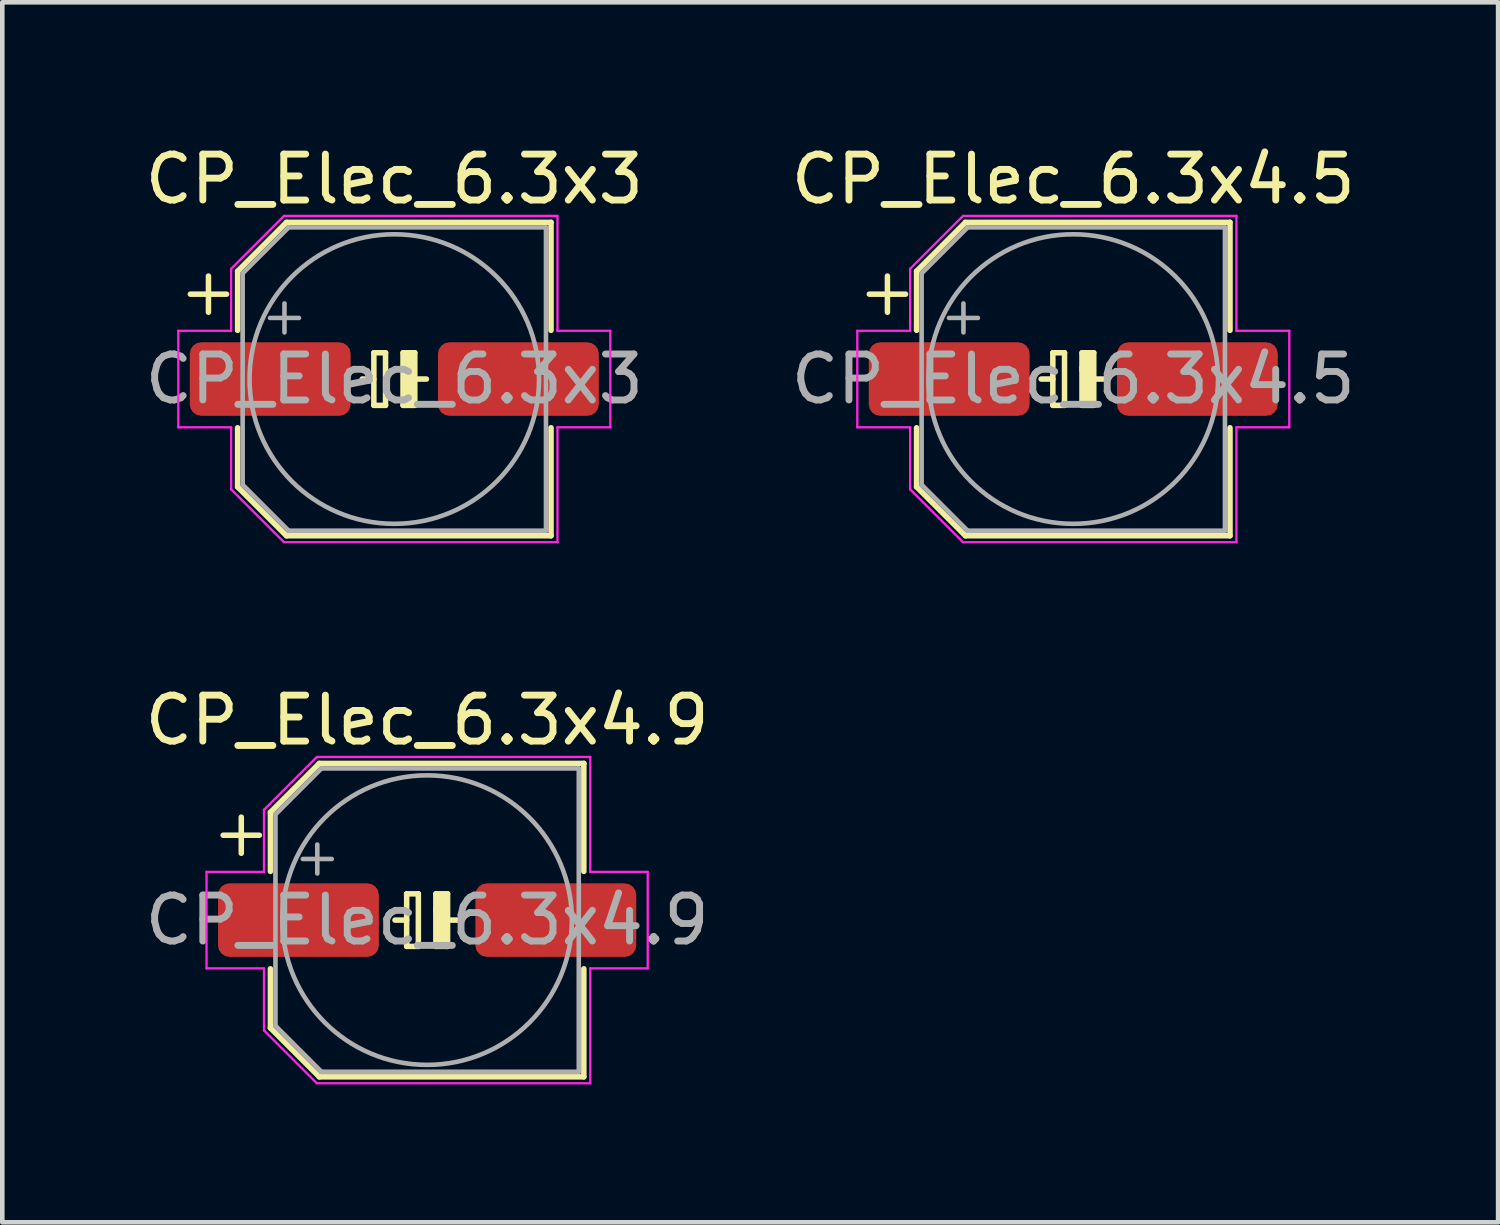
<source format=kicad_pcb>
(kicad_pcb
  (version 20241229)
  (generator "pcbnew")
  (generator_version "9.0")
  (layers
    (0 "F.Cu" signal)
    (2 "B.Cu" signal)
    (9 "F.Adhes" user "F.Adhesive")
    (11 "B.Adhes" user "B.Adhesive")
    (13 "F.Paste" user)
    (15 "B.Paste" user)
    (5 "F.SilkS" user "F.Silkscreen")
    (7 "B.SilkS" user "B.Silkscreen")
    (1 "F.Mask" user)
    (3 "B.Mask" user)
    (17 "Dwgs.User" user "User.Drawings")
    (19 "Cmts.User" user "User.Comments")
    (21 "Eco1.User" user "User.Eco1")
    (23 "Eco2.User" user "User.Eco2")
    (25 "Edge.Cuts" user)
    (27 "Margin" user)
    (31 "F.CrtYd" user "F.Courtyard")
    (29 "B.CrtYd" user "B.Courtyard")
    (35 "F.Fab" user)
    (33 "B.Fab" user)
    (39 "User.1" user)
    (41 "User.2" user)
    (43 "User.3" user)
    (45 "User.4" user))
  (footprint "CP_Elec_6.3x4.9"
    (layer "F.Cu")
    (at 6.244 16.971)
    (property "Reference" "CP_Elec_6.3x4.9" (at 0 -4.35 0) (layer "F.SilkS") (effects (font (size 1 1) (thickness 0.15))))
    (attr smd)
    (fp_line (start -4.438 -1.847) (end -3.65 -1.847) (stroke (width 0.12) (type solid)) (layer "F.SilkS"))
    (fp_line (start -4.044 -2.241) (end -4.044 -1.454) (stroke (width 0.12) (type solid)) (layer "F.SilkS"))
    (fp_line (start -3.41 -2.346) (end -3.41 -1.06) (stroke (width 0.12) (type solid)) (layer "F.SilkS"))
    (fp_line (start -3.41 -2.346) (end -2.346 -3.41) (stroke (width 0.12) (type solid)) (layer "F.SilkS"))
    (fp_line (start -3.41 2.346) (end -3.41 1.06) (stroke (width 0.12) (type solid)) (layer "F.SilkS"))
    (fp_line (start -3.41 2.346) (end -2.346 3.41) (stroke (width 0.12) (type solid)) (layer "F.SilkS"))
    (fp_line (start -2.346 -3.41) (end 3.41 -3.41) (stroke (width 0.12) (type solid)) (layer "F.SilkS"))
    (fp_line (start -2.346 3.41) (end 3.41 3.41) (stroke (width 0.12) (type solid)) (layer "F.SilkS"))
    (fp_line (start -0.445 -0.572) (end -0.191 -0.572) (stroke (width 0.12) (type solid)) (layer "F.SilkS"))
    (fp_line (start -0.445 0) (end -0.699 0) (stroke (width 0.12) (type solid)) (layer "F.SilkS"))
    (fp_line (start -0.445 0.572) (end -0.445 -0.572) (stroke (width 0.12) (type solid)) (layer "F.SilkS"))
    (fp_line (start -0.191 -0.572) (end -0.191 0.572) (stroke (width 0.12) (type solid)) (layer "F.SilkS"))
    (fp_line (start -0.191 0.572) (end -0.445 0.572) (stroke (width 0.12) (type solid)) (layer "F.SilkS"))
    (fp_line (start 0.191 -0.572) (end 0.191 -0.191) (stroke (width 0.12) (type solid)) (layer "F.SilkS"))
    (fp_line (start 0.191 -0.572) (end 0.445 -0.572) (stroke (width 0.12) (type solid)) (layer "F.SilkS"))
    (fp_line (start 0.191 -0.254) (end 0.191 0.572) (stroke (width 0.12) (type solid)) (layer "F.SilkS"))
    (fp_line (start 0.445 0) (end 0.699 0) (stroke (width 0.12) (type solid)) (layer "F.SilkS"))
    (fp_line (start 0.445 0.572) (end 0.191 0.572) (stroke (width 0.12) (type solid)) (layer "F.SilkS"))
    (fp_line (start 0.445 0.572) (end 0.445 -0.572) (stroke (width 0.12) (type solid)) (layer "F.SilkS"))
    (fp_line (start 3.41 -3.41) (end 3.41 -1.06) (stroke (width 0.12) (type solid)) (layer "F.SilkS"))
    (fp_line (start 3.41 3.41) (end 3.41 1.06) (stroke (width 0.12) (type solid)) (layer "F.SilkS"))
    (fp_poly (pts (xy 0.445 0.572) (xy 0.191 0.572) (xy 0.191 -0.572) (xy 0.445 -0.572)) (stroke (width 0.1) (type solid)) (fill yes) (layer "F.SilkS"))
    (fp_line (start -4.8 -1.05) (end -4.8 1.05) (stroke (width 0.05) (type solid)) (layer "F.CrtYd"))
    (fp_line (start -4.8 1.05) (end -3.55 1.05) (stroke (width 0.05) (type solid)) (layer "F.CrtYd"))
    (fp_line (start -3.55 -2.4) (end -3.55 -1.05) (stroke (width 0.05) (type solid)) (layer "F.CrtYd"))
    (fp_line (start -3.55 -2.4) (end -2.4 -3.55) (stroke (width 0.05) (type solid)) (layer "F.CrtYd"))
    (fp_line (start -3.55 -1.05) (end -4.8 -1.05) (stroke (width 0.05) (type solid)) (layer "F.CrtYd"))
    (fp_line (start -3.55 1.05) (end -3.55 2.4) (stroke (width 0.05) (type solid)) (layer "F.CrtYd"))
    (fp_line (start -3.55 2.4) (end -2.4 3.55) (stroke (width 0.05) (type solid)) (layer "F.CrtYd"))
    (fp_line (start -2.4 -3.55) (end 3.55 -3.55) (stroke (width 0.05) (type solid)) (layer "F.CrtYd"))
    (fp_line (start -2.4 3.55) (end 3.55 3.55) (stroke (width 0.05) (type solid)) (layer "F.CrtYd"))
    (fp_line (start 3.55 -3.55) (end 3.55 -1.05) (stroke (width 0.05) (type solid)) (layer "F.CrtYd"))
    (fp_line (start 3.55 -1.05) (end 4.8 -1.05) (stroke (width 0.05) (type solid)) (layer "F.CrtYd"))
    (fp_line (start 3.55 1.05) (end 3.55 3.55) (stroke (width 0.05) (type solid)) (layer "F.CrtYd"))
    (fp_line (start 4.8 -1.05) (end 4.8 1.05) (stroke (width 0.05) (type solid)) (layer "F.CrtYd"))
    (fp_line (start 4.8 1.05) (end 3.55 1.05) (stroke (width 0.05) (type solid)) (layer "F.CrtYd"))
    (fp_line (start -3.3 -2.3) (end -3.3 2.3) (stroke (width 0.1) (type solid)) (layer "F.Fab"))
    (fp_line (start -3.3 -2.3) (end -2.3 -3.3) (stroke (width 0.1) (type solid)) (layer "F.Fab"))
    (fp_line (start -3.3 2.3) (end -2.3 3.3) (stroke (width 0.1) (type solid)) (layer "F.Fab"))
    (fp_line (start -2.705 -1.33) (end -2.075 -1.33) (stroke (width 0.1) (type solid)) (layer "F.Fab"))
    (fp_line (start -2.39 -1.645) (end -2.39 -1.015) (stroke (width 0.1) (type solid)) (layer "F.Fab"))
    (fp_line (start -2.3 -3.3) (end 3.3 -3.3) (stroke (width 0.1) (type solid)) (layer "F.Fab"))
    (fp_line (start -2.3 3.3) (end 3.3 3.3) (stroke (width 0.1) (type solid)) (layer "F.Fab"))
    (fp_line (start 3.3 -3.3) (end 3.3 3.3) (stroke (width 0.1) (type solid)) (layer "F.Fab"))
    (fp_circle (center 0 0) (end 3.15 0) (stroke (width 0.1) (type solid)) (fill no) (layer "F.Fab"))
    (fp_text user "${REFERENCE}" (at 0 0 0) (layer "F.Fab") (effects (font (size 1 1) (thickness 0.15))))
    (pad "1" smd roundrect (at -2.8 0) (size 3.5 1.6) (layers "F.Cu" "F.Mask" "F.Paste") (roundrect_rratio 0.156))
    (pad "2" smd roundrect (at 2.8 0) (size 3.5 1.6) (layers "F.Cu" "F.Mask" "F.Paste") (roundrect_rratio 0.156)))
  (footprint "CP_Elec_6.3x3"
    (layer "F.Cu")
    (at 5.53 5.198)
    (property "Reference" "CP_Elec_6.3x3" (at 0 -4.35 0) (layer "F.SilkS") (effects (font (size 1 1) (thickness 0.15))))
    (attr smd)
    (fp_line (start -4.438 -1.847) (end -3.65 -1.847) (stroke (width 0.12) (type solid)) (layer "F.SilkS"))
    (fp_line (start -4.044 -2.241) (end -4.044 -1.454) (stroke (width 0.12) (type solid)) (layer "F.SilkS"))
    (fp_line (start -3.41 -2.346) (end -3.41 -1.06) (stroke (width 0.12) (type solid)) (layer "F.SilkS"))
    (fp_line (start -3.41 -2.346) (end -2.346 -3.41) (stroke (width 0.12) (type solid)) (layer "F.SilkS"))
    (fp_line (start -3.41 2.346) (end -3.41 1.06) (stroke (width 0.12) (type solid)) (layer "F.SilkS"))
    (fp_line (start -3.41 2.346) (end -2.346 3.41) (stroke (width 0.12) (type solid)) (layer "F.SilkS"))
    (fp_line (start -2.346 -3.41) (end 3.41 -3.41) (stroke (width 0.12) (type solid)) (layer "F.SilkS"))
    (fp_line (start -2.346 3.41) (end 3.41 3.41) (stroke (width 0.12) (type solid)) (layer "F.SilkS"))
    (fp_line (start -0.445 -0.572) (end -0.191 -0.572) (stroke (width 0.12) (type solid)) (layer "F.SilkS"))
    (fp_line (start -0.445 0) (end -0.699 0) (stroke (width 0.12) (type solid)) (layer "F.SilkS"))
    (fp_line (start -0.445 0.572) (end -0.445 -0.572) (stroke (width 0.12) (type solid)) (layer "F.SilkS"))
    (fp_line (start -0.191 -0.572) (end -0.191 0.572) (stroke (width 0.12) (type solid)) (layer "F.SilkS"))
    (fp_line (start -0.191 0.572) (end -0.445 0.572) (stroke (width 0.12) (type solid)) (layer "F.SilkS"))
    (fp_line (start 0.191 -0.572) (end 0.191 -0.191) (stroke (width 0.12) (type solid)) (layer "F.SilkS"))
    (fp_line (start 0.191 -0.572) (end 0.445 -0.572) (stroke (width 0.12) (type solid)) (layer "F.SilkS"))
    (fp_line (start 0.191 -0.254) (end 0.191 0.572) (stroke (width 0.12) (type solid)) (layer "F.SilkS"))
    (fp_line (start 0.445 0) (end 0.699 0) (stroke (width 0.12) (type solid)) (layer "F.SilkS"))
    (fp_line (start 0.445 0.572) (end 0.191 0.572) (stroke (width 0.12) (type solid)) (layer "F.SilkS"))
    (fp_line (start 0.445 0.572) (end 0.445 -0.572) (stroke (width 0.12) (type solid)) (layer "F.SilkS"))
    (fp_line (start 3.41 -3.41) (end 3.41 -1.06) (stroke (width 0.12) (type solid)) (layer "F.SilkS"))
    (fp_line (start 3.41 3.41) (end 3.41 1.06) (stroke (width 0.12) (type solid)) (layer "F.SilkS"))
    (fp_poly (pts (xy 0.445 0.572) (xy 0.191 0.572) (xy 0.191 -0.572) (xy 0.445 -0.572)) (stroke (width 0.1) (type solid)) (fill yes) (layer "F.SilkS"))
    (fp_line (start -4.7 -1.05) (end -4.7 1.05) (stroke (width 0.05) (type solid)) (layer "F.CrtYd"))
    (fp_line (start -4.7 1.05) (end -3.55 1.05) (stroke (width 0.05) (type solid)) (layer "F.CrtYd"))
    (fp_line (start -3.55 -2.4) (end -3.55 -1.05) (stroke (width 0.05) (type solid)) (layer "F.CrtYd"))
    (fp_line (start -3.55 -2.4) (end -2.4 -3.55) (stroke (width 0.05) (type solid)) (layer "F.CrtYd"))
    (fp_line (start -3.55 -1.05) (end -4.7 -1.05) (stroke (width 0.05) (type solid)) (layer "F.CrtYd"))
    (fp_line (start -3.55 1.05) (end -3.55 2.4) (stroke (width 0.05) (type solid)) (layer "F.CrtYd"))
    (fp_line (start -3.55 2.4) (end -2.4 3.55) (stroke (width 0.05) (type solid)) (layer "F.CrtYd"))
    (fp_line (start -2.4 -3.55) (end 3.55 -3.55) (stroke (width 0.05) (type solid)) (layer "F.CrtYd"))
    (fp_line (start -2.4 3.55) (end 3.55 3.55) (stroke (width 0.05) (type solid)) (layer "F.CrtYd"))
    (fp_line (start 3.55 -3.55) (end 3.55 -1.05) (stroke (width 0.05) (type solid)) (layer "F.CrtYd"))
    (fp_line (start 3.55 -1.05) (end 4.7 -1.05) (stroke (width 0.05) (type solid)) (layer "F.CrtYd"))
    (fp_line (start 3.55 1.05) (end 3.55 3.55) (stroke (width 0.05) (type solid)) (layer "F.CrtYd"))
    (fp_line (start 4.7 -1.05) (end 4.7 1.05) (stroke (width 0.05) (type solid)) (layer "F.CrtYd"))
    (fp_line (start 4.7 1.05) (end 3.55 1.05) (stroke (width 0.05) (type solid)) (layer "F.CrtYd"))
    (fp_line (start -3.3 -2.3) (end -3.3 2.3) (stroke (width 0.1) (type solid)) (layer "F.Fab"))
    (fp_line (start -3.3 -2.3) (end -2.3 -3.3) (stroke (width 0.1) (type solid)) (layer "F.Fab"))
    (fp_line (start -3.3 2.3) (end -2.3 3.3) (stroke (width 0.1) (type solid)) (layer "F.Fab"))
    (fp_line (start -2.705 -1.33) (end -2.075 -1.33) (stroke (width 0.1) (type solid)) (layer "F.Fab"))
    (fp_line (start -2.39 -1.645) (end -2.39 -1.015) (stroke (width 0.1) (type solid)) (layer "F.Fab"))
    (fp_line (start -2.3 -3.3) (end 3.3 -3.3) (stroke (width 0.1) (type solid)) (layer "F.Fab"))
    (fp_line (start -2.3 3.3) (end 3.3 3.3) (stroke (width 0.1) (type solid)) (layer "F.Fab"))
    (fp_line (start 3.3 -3.3) (end 3.3 3.3) (stroke (width 0.1) (type solid)) (layer "F.Fab"))
    (fp_circle (center 0 0) (end 3.15 0) (stroke (width 0.1) (type solid)) (fill no) (layer "F.Fab"))
    (fp_text user "${REFERENCE}" (at 0 0 0) (layer "F.Fab") (effects (font (size 1 1) (thickness 0.15))))
    (pad "1" smd roundrect (at -2.7 0) (size 3.5 1.6) (layers "F.Cu" "F.Mask" "F.Paste") (roundrect_rratio 0.156))
    (pad "2" smd roundrect (at 2.7 0) (size 3.5 1.6) (layers "F.Cu" "F.Mask" "F.Paste") (roundrect_rratio 0.156)))
  (footprint "CP_Elec_6.3x4.5"
    (layer "F.Cu")
    (at 20.304 5.198)
    (property "Reference" "CP_Elec_6.3x4.5" (at 0 -4.35 0) (layer "F.SilkS") (effects (font (size 1 1) (thickness 0.15))))
    (attr smd)
    (fp_line (start -4.438 -1.847) (end -3.65 -1.847) (stroke (width 0.12) (type solid)) (layer "F.SilkS"))
    (fp_line (start -4.044 -2.241) (end -4.044 -1.454) (stroke (width 0.12) (type solid)) (layer "F.SilkS"))
    (fp_line (start -3.41 -2.346) (end -3.41 -1.06) (stroke (width 0.12) (type solid)) (layer "F.SilkS"))
    (fp_line (start -3.41 -2.346) (end -2.346 -3.41) (stroke (width 0.12) (type solid)) (layer "F.SilkS"))
    (fp_line (start -3.41 2.346) (end -3.41 1.06) (stroke (width 0.12) (type solid)) (layer "F.SilkS"))
    (fp_line (start -3.41 2.346) (end -2.346 3.41) (stroke (width 0.12) (type solid)) (layer "F.SilkS"))
    (fp_line (start -2.346 -3.41) (end 3.41 -3.41) (stroke (width 0.12) (type solid)) (layer "F.SilkS"))
    (fp_line (start -2.346 3.41) (end 3.41 3.41) (stroke (width 0.12) (type solid)) (layer "F.SilkS"))
    (fp_line (start -0.445 -0.572) (end -0.191 -0.572) (stroke (width 0.12) (type solid)) (layer "F.SilkS"))
    (fp_line (start -0.445 0) (end -0.699 0) (stroke (width 0.12) (type solid)) (layer "F.SilkS"))
    (fp_line (start -0.445 0.572) (end -0.445 -0.572) (stroke (width 0.12) (type solid)) (layer "F.SilkS"))
    (fp_line (start -0.191 -0.572) (end -0.191 0.572) (stroke (width 0.12) (type solid)) (layer "F.SilkS"))
    (fp_line (start -0.191 0.572) (end -0.445 0.572) (stroke (width 0.12) (type solid)) (layer "F.SilkS"))
    (fp_line (start 0.191 -0.572) (end 0.191 -0.191) (stroke (width 0.12) (type solid)) (layer "F.SilkS"))
    (fp_line (start 0.191 -0.572) (end 0.445 -0.572) (stroke (width 0.12) (type solid)) (layer "F.SilkS"))
    (fp_line (start 0.191 -0.254) (end 0.191 0.572) (stroke (width 0.12) (type solid)) (layer "F.SilkS"))
    (fp_line (start 0.445 0) (end 0.699 0) (stroke (width 0.12) (type solid)) (layer "F.SilkS"))
    (fp_line (start 0.445 0.572) (end 0.191 0.572) (stroke (width 0.12) (type solid)) (layer "F.SilkS"))
    (fp_line (start 0.445 0.572) (end 0.445 -0.572) (stroke (width 0.12) (type solid)) (layer "F.SilkS"))
    (fp_line (start 3.41 -3.41) (end 3.41 -1.06) (stroke (width 0.12) (type solid)) (layer "F.SilkS"))
    (fp_line (start 3.41 3.41) (end 3.41 1.06) (stroke (width 0.12) (type solid)) (layer "F.SilkS"))
    (fp_poly (pts (xy 0.445 0.572) (xy 0.191 0.572) (xy 0.191 -0.572) (xy 0.445 -0.572)) (stroke (width 0.1) (type solid)) (fill yes) (layer "F.SilkS"))
    (fp_line (start -4.7 -1.05) (end -4.7 1.05) (stroke (width 0.05) (type solid)) (layer "F.CrtYd"))
    (fp_line (start -4.7 1.05) (end -3.55 1.05) (stroke (width 0.05) (type solid)) (layer "F.CrtYd"))
    (fp_line (start -3.55 -2.4) (end -3.55 -1.05) (stroke (width 0.05) (type solid)) (layer "F.CrtYd"))
    (fp_line (start -3.55 -2.4) (end -2.4 -3.55) (stroke (width 0.05) (type solid)) (layer "F.CrtYd"))
    (fp_line (start -3.55 -1.05) (end -4.7 -1.05) (stroke (width 0.05) (type solid)) (layer "F.CrtYd"))
    (fp_line (start -3.55 1.05) (end -3.55 2.4) (stroke (width 0.05) (type solid)) (layer "F.CrtYd"))
    (fp_line (start -3.55 2.4) (end -2.4 3.55) (stroke (width 0.05) (type solid)) (layer "F.CrtYd"))
    (fp_line (start -2.4 -3.55) (end 3.55 -3.55) (stroke (width 0.05) (type solid)) (layer "F.CrtYd"))
    (fp_line (start -2.4 3.55) (end 3.55 3.55) (stroke (width 0.05) (type solid)) (layer "F.CrtYd"))
    (fp_line (start 3.55 -3.55) (end 3.55 -1.05) (stroke (width 0.05) (type solid)) (layer "F.CrtYd"))
    (fp_line (start 3.55 -1.05) (end 4.7 -1.05) (stroke (width 0.05) (type solid)) (layer "F.CrtYd"))
    (fp_line (start 3.55 1.05) (end 3.55 3.55) (stroke (width 0.05) (type solid)) (layer "F.CrtYd"))
    (fp_line (start 4.7 -1.05) (end 4.7 1.05) (stroke (width 0.05) (type solid)) (layer "F.CrtYd"))
    (fp_line (start 4.7 1.05) (end 3.55 1.05) (stroke (width 0.05) (type solid)) (layer "F.CrtYd"))
    (fp_line (start -3.3 -2.3) (end -3.3 2.3) (stroke (width 0.1) (type solid)) (layer "F.Fab"))
    (fp_line (start -3.3 -2.3) (end -2.3 -3.3) (stroke (width 0.1) (type solid)) (layer "F.Fab"))
    (fp_line (start -3.3 2.3) (end -2.3 3.3) (stroke (width 0.1) (type solid)) (layer "F.Fab"))
    (fp_line (start -2.705 -1.33) (end -2.075 -1.33) (stroke (width 0.1) (type solid)) (layer "F.Fab"))
    (fp_line (start -2.39 -1.645) (end -2.39 -1.015) (stroke (width 0.1) (type solid)) (layer "F.Fab"))
    (fp_line (start -2.3 -3.3) (end 3.3 -3.3) (stroke (width 0.1) (type solid)) (layer "F.Fab"))
    (fp_line (start -2.3 3.3) (end 3.3 3.3) (stroke (width 0.1) (type solid)) (layer "F.Fab"))
    (fp_line (start 3.3 -3.3) (end 3.3 3.3) (stroke (width 0.1) (type solid)) (layer "F.Fab"))
    (fp_circle (center 0 0) (end 3.15 0) (stroke (width 0.1) (type solid)) (fill no) (layer "F.Fab"))
    (fp_text user "${REFERENCE}" (at 0 0 0) (layer "F.Fab") (effects (font (size 1 1) (thickness 0.15))))
    (pad "1" smd roundrect (at -2.7 0) (size 3.5 1.6) (layers "F.Cu" "F.Mask" "F.Paste") (roundrect_rratio 0.156))
    (pad "2" smd roundrect (at 2.7 0) (size 3.5 1.6) (layers "F.Cu" "F.Mask" "F.Paste") (roundrect_rratio 0.156)))
  (gr_rect
    (start -3 -3)
    (end 29.548 23.547)
    (stroke (width 0.1) (type default))
    (fill no)
    (layer "Edge.Cuts")))
</source>
